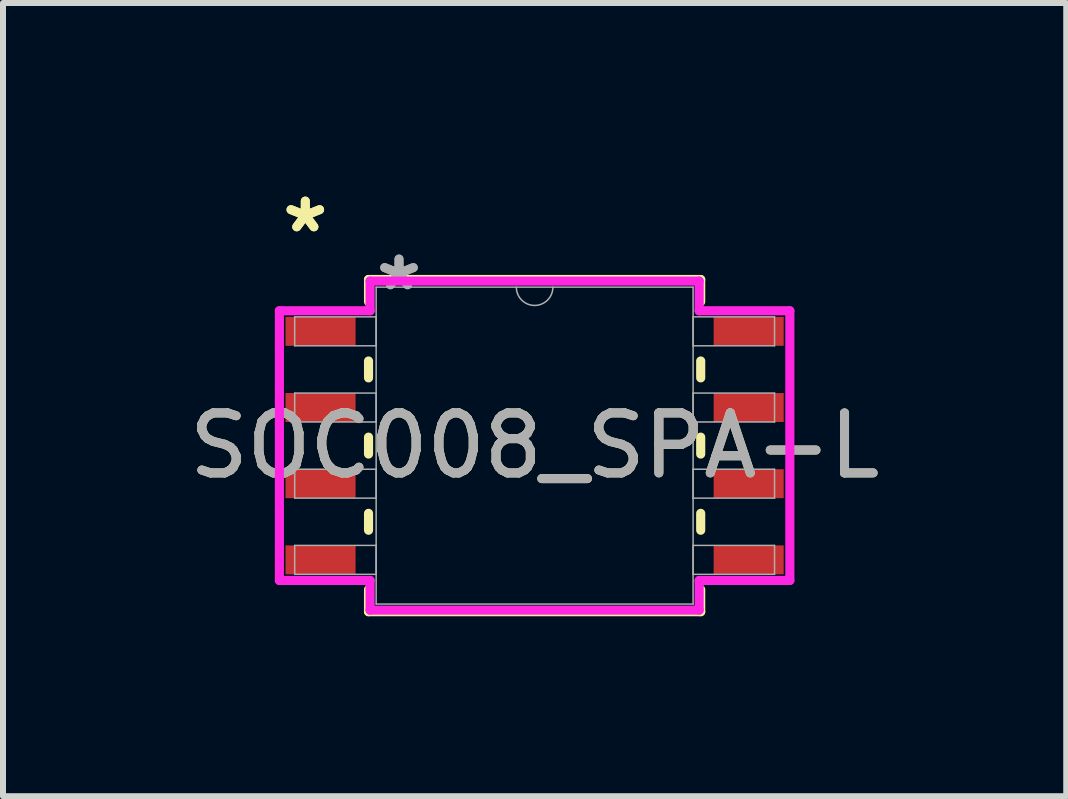
<source format=kicad_pcb>
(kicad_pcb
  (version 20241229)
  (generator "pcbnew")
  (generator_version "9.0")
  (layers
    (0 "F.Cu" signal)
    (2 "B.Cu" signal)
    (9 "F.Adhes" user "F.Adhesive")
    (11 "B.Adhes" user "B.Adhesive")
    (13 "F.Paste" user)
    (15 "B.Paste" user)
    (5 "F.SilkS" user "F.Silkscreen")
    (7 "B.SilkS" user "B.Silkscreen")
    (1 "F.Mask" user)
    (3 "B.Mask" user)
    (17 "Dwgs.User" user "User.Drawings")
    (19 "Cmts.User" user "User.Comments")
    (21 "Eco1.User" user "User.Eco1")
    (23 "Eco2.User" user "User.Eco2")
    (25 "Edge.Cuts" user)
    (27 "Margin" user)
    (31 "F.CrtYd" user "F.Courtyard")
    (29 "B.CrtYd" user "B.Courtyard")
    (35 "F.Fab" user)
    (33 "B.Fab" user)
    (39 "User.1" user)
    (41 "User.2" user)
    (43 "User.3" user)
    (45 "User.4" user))
  (footprint "SOC008_SPA-L"
    (layer "F.Cu")
    (at 5.863 4.379)
    (property "Reference" "SOC008_SPA-L" (at 0 0 0) (unlocked yes) (layer "F.SilkS") (effects (font (size 1 1) (thickness 0.15))))
    (attr smd)
    (fp_line (start -2.769 -2.769) (end -2.769 -2.399) (stroke (width 0.152) (type solid)) (layer "F.SilkS"))
    (fp_line (start -2.769 -1.411) (end -2.769 -1.129) (stroke (width 0.152) (type solid)) (layer "F.SilkS"))
    (fp_line (start -2.769 -0.141) (end -2.769 0.141) (stroke (width 0.152) (type solid)) (layer "F.SilkS"))
    (fp_line (start -2.769 1.129) (end -2.769 1.411) (stroke (width 0.152) (type solid)) (layer "F.SilkS"))
    (fp_line (start -2.769 2.399) (end -2.769 2.769) (stroke (width 0.152) (type solid)) (layer "F.SilkS"))
    (fp_line (start -2.769 2.769) (end 2.769 2.769) (stroke (width 0.152) (type solid)) (layer "F.SilkS"))
    (fp_line (start 2.769 -2.769) (end -2.769 -2.769) (stroke (width 0.152) (type solid)) (layer "F.SilkS"))
    (fp_line (start 2.769 -2.399) (end 2.769 -2.769) (stroke (width 0.152) (type solid)) (layer "F.SilkS"))
    (fp_line (start 2.769 -1.129) (end 2.769 -1.411) (stroke (width 0.152) (type solid)) (layer "F.SilkS"))
    (fp_line (start 2.769 0.141) (end 2.769 -0.141) (stroke (width 0.152) (type solid)) (layer "F.SilkS"))
    (fp_line (start 2.769 1.411) (end 2.769 1.129) (stroke (width 0.152) (type solid)) (layer "F.SilkS"))
    (fp_line (start 2.769 2.769) (end 2.769 2.399) (stroke (width 0.152) (type solid)) (layer "F.SilkS"))
    (fp_line (start -4.255 -2.248) (end -2.743 -2.248) (stroke (width 0.152) (type solid)) (layer "F.CrtYd"))
    (fp_line (start -4.255 2.248) (end -4.255 -2.248) (stroke (width 0.152) (type solid)) (layer "F.CrtYd"))
    (fp_line (start -4.255 2.248) (end -2.743 2.248) (stroke (width 0.152) (type solid)) (layer "F.CrtYd"))
    (fp_line (start -2.743 -2.743) (end 2.743 -2.743) (stroke (width 0.152) (type solid)) (layer "F.CrtYd"))
    (fp_line (start -2.743 -2.248) (end -2.743 -2.743) (stroke (width 0.152) (type solid)) (layer "F.CrtYd"))
    (fp_line (start -2.743 2.743) (end -2.743 2.248) (stroke (width 0.152) (type solid)) (layer "F.CrtYd"))
    (fp_line (start 2.743 -2.743) (end 2.743 -2.248) (stroke (width 0.152) (type solid)) (layer "F.CrtYd"))
    (fp_line (start 2.743 2.248) (end 2.743 2.743) (stroke (width 0.152) (type solid)) (layer "F.CrtYd"))
    (fp_line (start 2.743 2.743) (end -2.743 2.743) (stroke (width 0.152) (type solid)) (layer "F.CrtYd"))
    (fp_line (start 4.255 -2.248) (end 2.743 -2.248) (stroke (width 0.152) (type solid)) (layer "F.CrtYd"))
    (fp_line (start 4.255 -2.248) (end 4.255 2.248) (stroke (width 0.152) (type solid)) (layer "F.CrtYd"))
    (fp_line (start 4.255 2.248) (end 2.743 2.248) (stroke (width 0.152) (type solid)) (layer "F.CrtYd"))
    (fp_line (start -4 -2.146) (end -4 -1.664) (stroke (width 0.025) (type solid)) (layer "F.Fab"))
    (fp_line (start -4 -1.664) (end -2.642 -1.664) (stroke (width 0.025) (type solid)) (layer "F.Fab"))
    (fp_line (start -4 -0.876) (end -4 -0.394) (stroke (width 0.025) (type solid)) (layer "F.Fab"))
    (fp_line (start -4 -0.394) (end -2.642 -0.394) (stroke (width 0.025) (type solid)) (layer "F.Fab"))
    (fp_line (start -4 0.394) (end -4 0.876) (stroke (width 0.025) (type solid)) (layer "F.Fab"))
    (fp_line (start -4 0.876) (end -2.642 0.876) (stroke (width 0.025) (type solid)) (layer "F.Fab"))
    (fp_line (start -4 1.664) (end -4 2.146) (stroke (width 0.025) (type solid)) (layer "F.Fab"))
    (fp_line (start -4 2.146) (end -2.642 2.146) (stroke (width 0.025) (type solid)) (layer "F.Fab"))
    (fp_line (start -2.642 -2.642) (end -2.642 2.642) (stroke (width 0.025) (type solid)) (layer "F.Fab"))
    (fp_line (start -2.642 -2.146) (end -4 -2.146) (stroke (width 0.025) (type solid)) (layer "F.Fab"))
    (fp_line (start -2.642 -1.664) (end -2.642 -2.146) (stroke (width 0.025) (type solid)) (layer "F.Fab"))
    (fp_line (start -2.642 -0.876) (end -4 -0.876) (stroke (width 0.025) (type solid)) (layer "F.Fab"))
    (fp_line (start -2.642 -0.394) (end -2.642 -0.876) (stroke (width 0.025) (type solid)) (layer "F.Fab"))
    (fp_line (start -2.642 0.394) (end -4 0.394) (stroke (width 0.025) (type solid)) (layer "F.Fab"))
    (fp_line (start -2.642 0.876) (end -2.642 0.394) (stroke (width 0.025) (type solid)) (layer "F.Fab"))
    (fp_line (start -2.642 1.664) (end -4 1.664) (stroke (width 0.025) (type solid)) (layer "F.Fab"))
    (fp_line (start -2.642 2.146) (end -2.642 1.664) (stroke (width 0.025) (type solid)) (layer "F.Fab"))
    (fp_line (start -2.642 2.642) (end 2.642 2.642) (stroke (width 0.025) (type solid)) (layer "F.Fab"))
    (fp_line (start 2.642 -2.642) (end -2.642 -2.642) (stroke (width 0.025) (type solid)) (layer "F.Fab"))
    (fp_line (start 2.642 -2.146) (end 2.642 -1.664) (stroke (width 0.025) (type solid)) (layer "F.Fab"))
    (fp_line (start 2.642 -1.664) (end 4 -1.664) (stroke (width 0.025) (type solid)) (layer "F.Fab"))
    (fp_line (start 2.642 -0.876) (end 2.642 -0.394) (stroke (width 0.025) (type solid)) (layer "F.Fab"))
    (fp_line (start 2.642 -0.394) (end 4 -0.394) (stroke (width 0.025) (type solid)) (layer "F.Fab"))
    (fp_line (start 2.642 0.394) (end 2.642 0.876) (stroke (width 0.025) (type solid)) (layer "F.Fab"))
    (fp_line (start 2.642 0.876) (end 4 0.876) (stroke (width 0.025) (type solid)) (layer "F.Fab"))
    (fp_line (start 2.642 1.664) (end 2.642 2.146) (stroke (width 0.025) (type solid)) (layer "F.Fab"))
    (fp_line (start 2.642 2.146) (end 4 2.146) (stroke (width 0.025) (type solid)) (layer "F.Fab"))
    (fp_line (start 2.642 2.642) (end 2.642 -2.642) (stroke (width 0.025) (type solid)) (layer "F.Fab"))
    (fp_line (start 4 -2.146) (end 2.642 -2.146) (stroke (width 0.025) (type solid)) (layer "F.Fab"))
    (fp_line (start 4 -1.664) (end 4 -2.146) (stroke (width 0.025) (type solid)) (layer "F.Fab"))
    (fp_line (start 4 -0.876) (end 2.642 -0.876) (stroke (width 0.025) (type solid)) (layer "F.Fab"))
    (fp_line (start 4 -0.394) (end 4 -0.876) (stroke (width 0.025) (type solid)) (layer "F.Fab"))
    (fp_line (start 4 0.394) (end 2.642 0.394) (stroke (width 0.025) (type solid)) (layer "F.Fab"))
    (fp_line (start 4 0.876) (end 4 0.394) (stroke (width 0.025) (type solid)) (layer "F.Fab"))
    (fp_line (start 4 1.664) (end 2.642 1.664) (stroke (width 0.025) (type solid)) (layer "F.Fab"))
    (fp_line (start 4 2.146) (end 4 1.664) (stroke (width 0.025) (type solid)) (layer "F.Fab"))
    (fp_arc (start 0.3048 -2.6416) (mid 0 -2.3368) (end -0.3048 -2.6416) (stroke (width 0.0254) (type solid)) (layer "F.Fab"))
    (fp_text user "*" (at -3.823 -3.531 0) (unlocked yes) (layer "F.SilkS") (effects (font (size 1 1) (thickness 0.15))))
    (fp_text user "*" (at -3.823 -3.531 0) (layer "F.SilkS") (effects (font (size 1 1) (thickness 0.15))))
    (fp_text user "${REFERENCE}" (at 0 0 0) (unlocked yes) (layer "F.Fab") (effects (font (size 1 1) (thickness 0.15))))
    (fp_text user "*" (at -2.261 -2.565 0) (unlocked yes) (layer "F.Fab") (effects (font (size 1 1) (thickness 0.15))))
    (fp_text user "*" (at -2.261 -2.565 0) (layer "F.Fab") (effects (font (size 1 1) (thickness 0.15))))
    (pad "1" smd rect (at -3.569 -1.905) (size 1.168 0.483) (layers "F.Cu" "F.Mask" "F.Paste"))
    (pad "2" smd rect (at -3.569 -0.635) (size 1.168 0.483) (layers "F.Cu" "F.Mask" "F.Paste"))
    (pad "3" smd rect (at -3.569 0.635) (size 1.168 0.483) (layers "F.Cu" "F.Mask" "F.Paste"))
    (pad "4" smd rect (at -3.569 1.905) (size 1.168 0.483) (layers "F.Cu" "F.Mask" "F.Paste"))
    (pad "5" smd rect (at 3.569 1.905) (size 1.168 0.483) (layers "F.Cu" "F.Mask" "F.Paste"))
    (pad "6" smd rect (at 3.569 0.635) (size 1.168 0.483) (layers "F.Cu" "F.Mask" "F.Paste"))
    (pad "7" smd rect (at 3.569 -0.635) (size 1.168 0.483) (layers "F.Cu" "F.Mask" "F.Paste"))
    (pad "8" smd rect (at 3.569 -1.905) (size 1.168 0.483) (layers "F.Cu" "F.Mask" "F.Paste")))
  (gr_rect
    (start -3 -3)
    (end 14.726 10.224)
    (stroke (width 0.1) (type default))
    (fill no)
    (layer "Edge.Cuts")))
</source>
